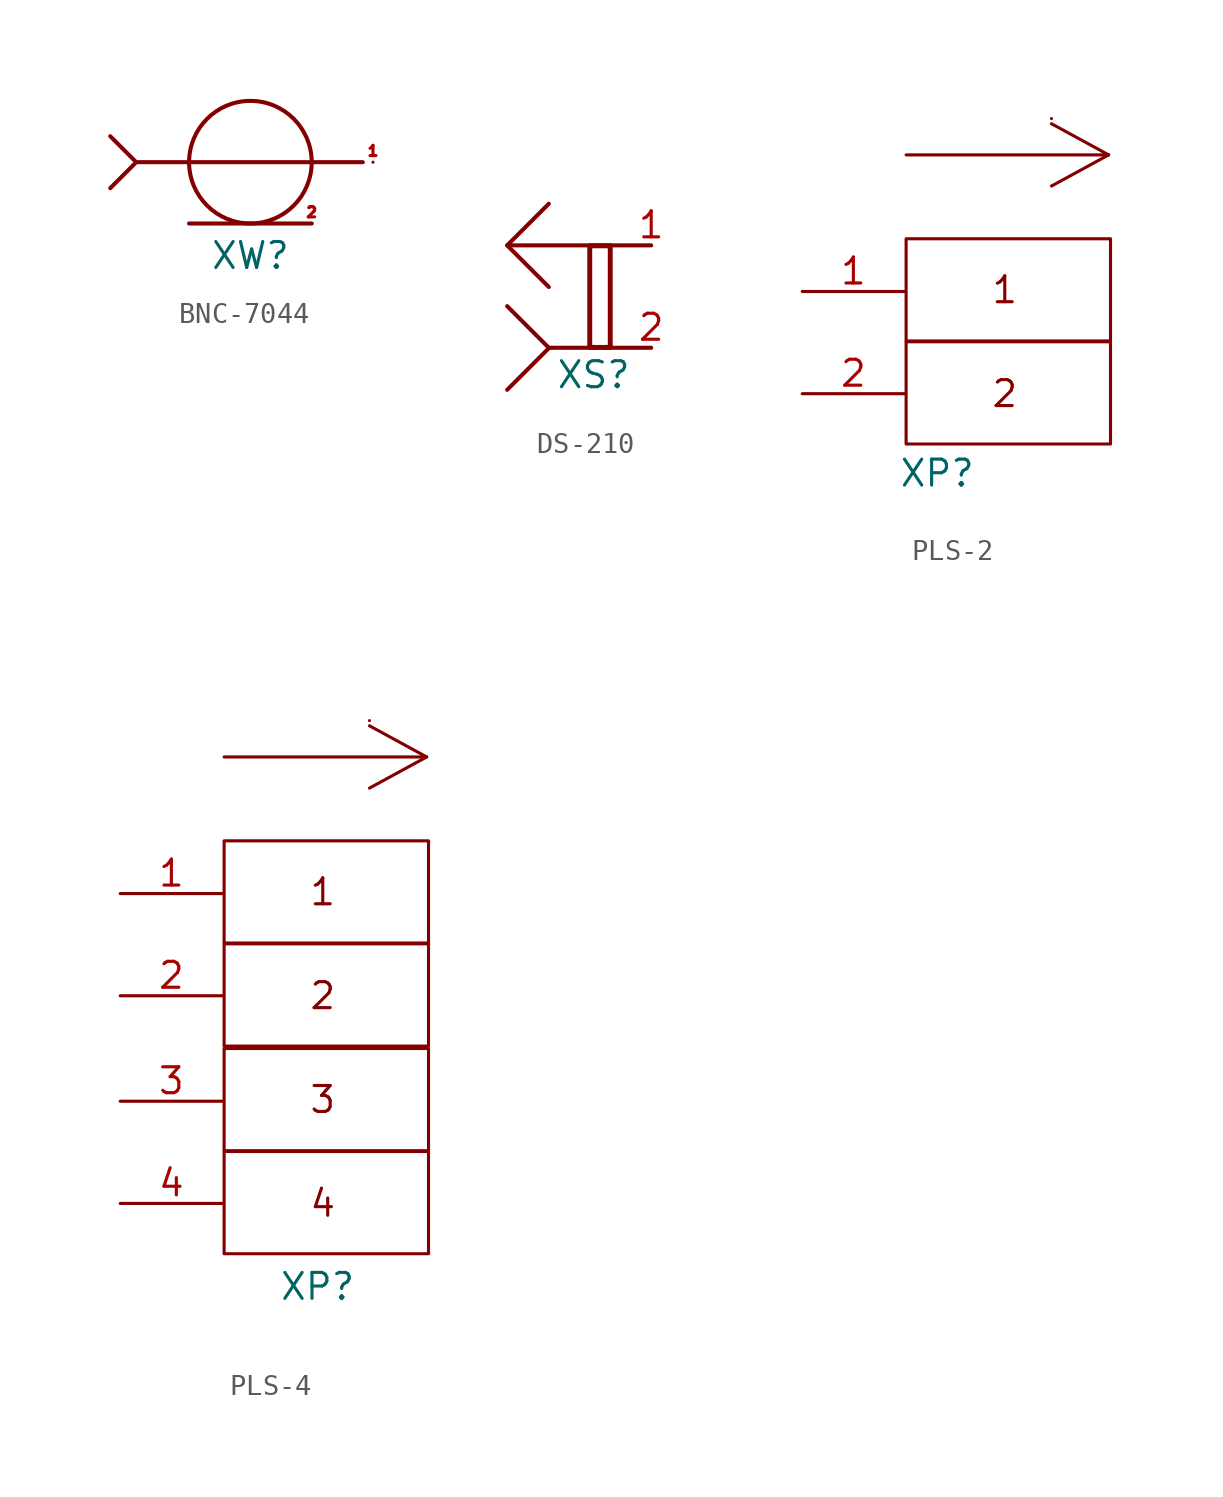
<source format=kicad_sym>
(kicad_symbol_lib
  (version 20231120)
  (generator "kicad_symbol_editor")
  (generator_version "8.0")
  (symbol "BNC-7044"
    (property "Reference" "XW"
      (at 0 -4.572 0)
      (effects (font (size 1.27 1.27))))
    (property "Value" ""
      (at 0 0 0)
      (effects (font (size 1.27 1.27))))
    (symbol "BNC-7044_0_1"
      (rectangle (start -5.5 0) (end 5.5 0) (stroke (width 0.2) (type default)) (fill (type none)))
      (rectangle (start -3 -3) (end 3 -3) (stroke (width 0.2) (type default)) (fill (type none)))
      (polyline (pts (xy -6.858 1.27) (xy -5.588 0) (xy -6.858 -1.27)) (stroke (width 0.2) (type default)) (fill (type none)))
      (circle (center 0 0) (radius 3) (stroke (width 0.2) (type default)) (fill (type none))))
    (symbol "BNC-7044_1_1"
      (pin input line (at 6 0 180) (length 0) (name "" (effects (font (size 1.27 1.27)))) (number "1" (effects (font (size 0.5 0.5)))))
      (pin input line (at 3 -3 0) (length 0) (name "" (effects (font (size 1.27 1.27)))) (number "2" (effects (font (size 0.5 0.5)))))))
  (symbol "DS-210"
    (property "Reference" "XS"
      (at 2.19 -6.32 0)
      (effects (font (size 1.27 1.27))))
    (property "Value" ""
      (at 0.254 6.35 0)
      (effects (font (size 1.27 1.27))))
    (symbol "DS-210_0_1"
      (rectangle (start -2 0) (end 5 0) (stroke (width 0.2) (type default)) (fill (type none)))
      (rectangle (start 0 -5) (end 5 -5) (stroke (width 0.2) (type default)) (fill (type none)))
      (polyline (pts (xy -2.032 0) (xy 0 -2.032)) (stroke (width 0.2) (type default)) (fill (type none)))
      (polyline (pts (xy -2.032 0) (xy 0 2.032)) (stroke (width 0.2) (type default)) (fill (type none)))
      (polyline (pts (xy 0 -5.02) (xy -2.032 -7.052)) (stroke (width 0.2) (type default)) (fill (type none)))
      (polyline (pts (xy 0 -5) (xy -2.032 -2.968)) (stroke (width 0.2) (type default)) (fill (type none)))
      (rectangle (start 2 -0.02) (end 3 -4.98) (stroke (width 0.24) (type default)) (fill (type none))))
    (symbol "DS-210_1_1"
      (pin input line (at 5 0 180) (length 0) (name "" (effects (font (size 1.27 1.27)))) (number "1" (effects (font (size 1.27 1.27)))))
      (pin input line (at 5 -5 180) (length 0) (name "" (effects (font (size 1.27 1.27)))) (number "2" (effects (font (size 1.27 1.27)))))))
  (symbol "PLS-2"
    (property "Reference" "XP"
      (at 1.52 -8.97 0)
      (effects (font (size 1.27 1.27))))
    (property "Value" ""
      (at 0 0 0)
      (effects (font (size 1.27 1.27))))
    (symbol "PLS-2_0_1"
      (rectangle (start 0 -2.54) (end 10 -7.54) (stroke (width 0) (type default)) (fill (type none)))
      (polyline (pts (xy 0 6.604) (xy 9.906 6.604)) (stroke (width 0) (type default)) (fill (type none)))
      (polyline (pts (xy 7.112 8.382) (xy 7.112 8.382)) (stroke (width 0) (type default)) (fill (type none)))
      (polyline (pts (xy 9.906 6.604) (xy 7.112 5.08)) (stroke (width 0) (type default)) (fill (type none)))
      (polyline (pts (xy 9.906 6.604) (xy 7.112 8.128)) (stroke (width 0) (type default)) (fill (type none)))
      (rectangle (start 0 2.5) (end 10 -2.5) (stroke (width 0) (type default)) (fill (type none))))
    (symbol "PLS-2_1_1"
      (text "1\n" (at 4.826 0 0) (effects (font (size 1.27 1.27))))
      (text "2\n" (at 4.826 -5.08 0) (effects (font (size 1.27 1.27))))
      (pin input line (at -5.08 -0.08 0) (length 5) (name "" (effects (font (size 1.27 1.27)))) (number "1" (effects (font (size 1.27 1.27)))))
      (pin input line (at -5.08 -5.08 0) (length 5) (name "" (effects (font (size 1.27 1.27)))) (number "2" (effects (font (size 1.27 1.27)))))))
  (symbol "PLS-4"
    (property "Reference" "XP"
      (at 4.572 -19.304 0)
      (effects (font (size 1.27 1.27))))
    (property "Value" ""
      (at 0 0 0)
      (effects (font (size 1.27 1.27))))
    (symbol "PLS-4_0_1"
      (rectangle (start 0 -12.7) (end 10 -17.7) (stroke (width 0) (type default)) (fill (type none)))
      (rectangle (start 0 -7.66) (end 10 -12.66) (stroke (width 0) (type default)) (fill (type none)))
      (rectangle (start 0 -2.54) (end 10 -7.54) (stroke (width 0) (type default)) (fill (type none)))
      (polyline (pts (xy 0 6.604) (xy 9.906 6.604)) (stroke (width 0) (type default)) (fill (type none)))
      (polyline (pts (xy 7.112 8.382) (xy 7.112 8.382)) (stroke (width 0) (type default)) (fill (type none)))
      (polyline (pts (xy 9.906 6.604) (xy 7.112 5.08)) (stroke (width 0) (type default)) (fill (type none)))
      (polyline (pts (xy 9.906 6.604) (xy 7.112 8.128)) (stroke (width 0) (type default)) (fill (type none)))
      (rectangle (start 0 2.5) (end 10 -2.5) (stroke (width 0) (type default)) (fill (type none))))
    (symbol "PLS-4_1_1"
      (text "1\n" (at 4.826 0 0) (effects (font (size 1.27 1.27))))
      (text "2\n" (at 4.826 -5.08 0) (effects (font (size 1.27 1.27))))
      (text "3" (at 4.826 -10.16 0) (effects (font (size 1.27 1.27))))
      (text "4" (at 4.826 -15.24 0) (effects (font (size 1.27 1.27))))
      (pin input line (at -5.08 -0.08 0) (length 5) (name "" (effects (font (size 1.27 1.27)))) (number "1" (effects (font (size 1.27 1.27)))))
      (pin input line (at -5.08 -5.08 0) (length 5) (name "" (effects (font (size 1.27 1.27)))) (number "2" (effects (font (size 1.27 1.27)))))
      (pin input line (at -5.08 -10.24 0) (length 5) (name "" (effects (font (size 1.27 1.27)))) (number "3" (effects (font (size 1.27 1.27)))))
      (pin input line (at -5.08 -15.24 0) (length 5) (name "" (effects (font (size 1.27 1.27)))) (number "4" (effects (font (size 1.27 1.27))))))))
</source>
